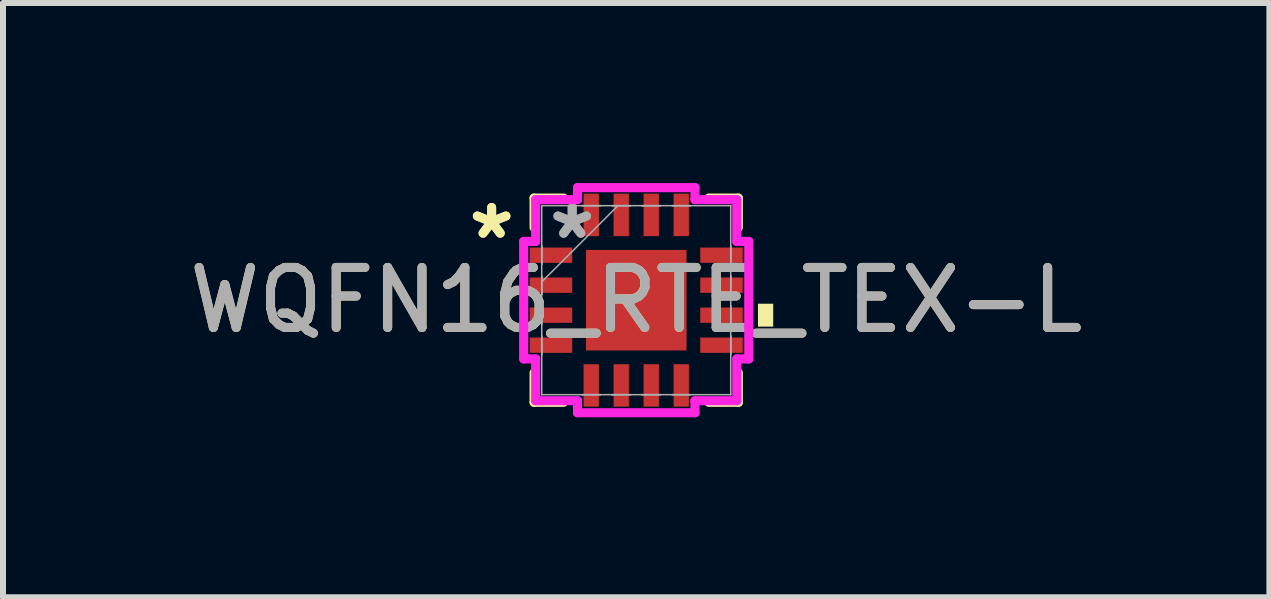
<source format=kicad_pcb>
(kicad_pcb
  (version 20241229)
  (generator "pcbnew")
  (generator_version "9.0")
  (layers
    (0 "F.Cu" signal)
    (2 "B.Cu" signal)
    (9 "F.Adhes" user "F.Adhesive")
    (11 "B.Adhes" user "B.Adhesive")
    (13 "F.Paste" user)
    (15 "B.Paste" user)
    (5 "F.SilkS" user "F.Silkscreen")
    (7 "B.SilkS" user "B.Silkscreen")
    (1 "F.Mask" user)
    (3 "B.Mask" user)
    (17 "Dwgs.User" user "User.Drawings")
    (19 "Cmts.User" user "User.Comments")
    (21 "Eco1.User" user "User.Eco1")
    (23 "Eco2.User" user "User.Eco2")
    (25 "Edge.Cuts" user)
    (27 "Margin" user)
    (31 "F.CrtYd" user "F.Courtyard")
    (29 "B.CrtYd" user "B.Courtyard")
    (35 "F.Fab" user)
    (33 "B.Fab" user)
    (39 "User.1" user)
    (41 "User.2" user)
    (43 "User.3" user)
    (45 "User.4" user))
  (footprint "WQFN16_RTE_TEX-L"
    (layer "F.Cu")
    (at 7.554 1.953)
    (property "Reference" "WQFN16_RTE_TEX-L" (at 0 0 0) (unlocked yes) (layer "F.SilkS") (effects (font (size 1 1) (thickness 0.15))))
    (attr smd)
    (fp_line (start -1.702 -1.702) (end -1.702 -1.21) (stroke (width 0.152) (type solid)) (layer "F.SilkS"))
    (fp_line (start -1.702 1.21) (end -1.702 1.702) (stroke (width 0.152) (type solid)) (layer "F.SilkS"))
    (fp_line (start -1.702 1.702) (end -1.21 1.702) (stroke (width 0.152) (type solid)) (layer "F.SilkS"))
    (fp_line (start -1.21 -1.702) (end -1.702 -1.702) (stroke (width 0.152) (type solid)) (layer "F.SilkS"))
    (fp_line (start 1.21 1.702) (end 1.702 1.702) (stroke (width 0.152) (type solid)) (layer "F.SilkS"))
    (fp_line (start 1.702 -1.702) (end 1.21 -1.702) (stroke (width 0.152) (type solid)) (layer "F.SilkS"))
    (fp_line (start 1.702 -1.21) (end 1.702 -1.702) (stroke (width 0.152) (type solid)) (layer "F.SilkS"))
    (fp_line (start 1.702 1.702) (end 1.702 1.21) (stroke (width 0.152) (type solid)) (layer "F.SilkS"))
    (fp_poly (pts (xy 2.283 0.059) (xy 2.283 0.441) (xy 2.029 0.441) (xy 2.029 0.059)) (stroke (width 0) (type solid)) (fill yes) (layer "F.SilkS"))
    (fp_line (start -1.876 -0.979) (end -1.676 -0.979) (stroke (width 0.152) (type solid)) (layer "F.CrtYd"))
    (fp_line (start -1.876 0.979) (end -1.876 -0.979) (stroke (width 0.152) (type solid)) (layer "F.CrtYd"))
    (fp_line (start -1.676 -1.676) (end -0.979 -1.676) (stroke (width 0.152) (type solid)) (layer "F.CrtYd"))
    (fp_line (start -1.676 -0.979) (end -1.676 -1.676) (stroke (width 0.152) (type solid)) (layer "F.CrtYd"))
    (fp_line (start -1.676 0.979) (end -1.876 0.979) (stroke (width 0.152) (type solid)) (layer "F.CrtYd"))
    (fp_line (start -1.676 1.676) (end -1.676 0.979) (stroke (width 0.152) (type solid)) (layer "F.CrtYd"))
    (fp_line (start -0.979 -1.876) (end 0.979 -1.876) (stroke (width 0.152) (type solid)) (layer "F.CrtYd"))
    (fp_line (start -0.979 -1.676) (end -0.979 -1.876) (stroke (width 0.152) (type solid)) (layer "F.CrtYd"))
    (fp_line (start -0.979 1.676) (end -1.676 1.676) (stroke (width 0.152) (type solid)) (layer "F.CrtYd"))
    (fp_line (start -0.979 1.876) (end -0.979 1.676) (stroke (width 0.152) (type solid)) (layer "F.CrtYd"))
    (fp_line (start 0.979 -1.876) (end 0.979 -1.676) (stroke (width 0.152) (type solid)) (layer "F.CrtYd"))
    (fp_line (start 0.979 -1.676) (end 1.676 -1.676) (stroke (width 0.152) (type solid)) (layer "F.CrtYd"))
    (fp_line (start 0.979 1.676) (end 0.979 1.876) (stroke (width 0.152) (type solid)) (layer "F.CrtYd"))
    (fp_line (start 0.979 1.876) (end -0.979 1.876) (stroke (width 0.152) (type solid)) (layer "F.CrtYd"))
    (fp_line (start 1.676 -1.676) (end 1.676 -0.979) (stroke (width 0.152) (type solid)) (layer "F.CrtYd"))
    (fp_line (start 1.676 -0.979) (end 1.876 -0.979) (stroke (width 0.152) (type solid)) (layer "F.CrtYd"))
    (fp_line (start 1.676 0.979) (end 1.676 1.676) (stroke (width 0.152) (type solid)) (layer "F.CrtYd"))
    (fp_line (start 1.676 1.676) (end 0.979 1.676) (stroke (width 0.152) (type solid)) (layer "F.CrtYd"))
    (fp_line (start 1.876 -0.979) (end 1.876 0.979) (stroke (width 0.152) (type solid)) (layer "F.CrtYd"))
    (fp_line (start 1.876 0.979) (end 1.676 0.979) (stroke (width 0.152) (type solid)) (layer "F.CrtYd"))
    (fp_line (start -1.575 -1.575) (end -1.575 -1.575) (stroke (width 0.025) (type solid)) (layer "F.Fab"))
    (fp_line (start -1.575 -1.575) (end -1.575 1.575) (stroke (width 0.025) (type solid)) (layer "F.Fab"))
    (fp_line (start -1.575 -0.902) (end -1.575 -0.902) (stroke (width 0.025) (type solid)) (layer "F.Fab"))
    (fp_line (start -1.575 -0.902) (end -1.575 -0.598) (stroke (width 0.025) (type solid)) (layer "F.Fab"))
    (fp_line (start -1.575 -0.598) (end -1.575 -0.902) (stroke (width 0.025) (type solid)) (layer "F.Fab"))
    (fp_line (start -1.575 -0.598) (end -1.575 -0.598) (stroke (width 0.025) (type solid)) (layer "F.Fab"))
    (fp_line (start -1.575 -0.402) (end -1.575 -0.402) (stroke (width 0.025) (type solid)) (layer "F.Fab"))
    (fp_line (start -1.575 -0.402) (end -1.575 -0.098) (stroke (width 0.025) (type solid)) (layer "F.Fab"))
    (fp_line (start -1.575 -0.305) (end -0.305 -1.575) (stroke (width 0.025) (type solid)) (layer "F.Fab"))
    (fp_line (start -1.575 -0.098) (end -1.575 -0.402) (stroke (width 0.025) (type solid)) (layer "F.Fab"))
    (fp_line (start -1.575 -0.098) (end -1.575 -0.098) (stroke (width 0.025) (type solid)) (layer "F.Fab"))
    (fp_line (start -1.575 0.098) (end -1.575 0.098) (stroke (width 0.025) (type solid)) (layer "F.Fab"))
    (fp_line (start -1.575 0.098) (end -1.575 0.402) (stroke (width 0.025) (type solid)) (layer "F.Fab"))
    (fp_line (start -1.575 0.402) (end -1.575 0.098) (stroke (width 0.025) (type solid)) (layer "F.Fab"))
    (fp_line (start -1.575 0.402) (end -1.575 0.402) (stroke (width 0.025) (type solid)) (layer "F.Fab"))
    (fp_line (start -1.575 0.598) (end -1.575 0.598) (stroke (width 0.025) (type solid)) (layer "F.Fab"))
    (fp_line (start -1.575 0.598) (end -1.575 0.902) (stroke (width 0.025) (type solid)) (layer "F.Fab"))
    (fp_line (start -1.575 0.902) (end -1.575 0.598) (stroke (width 0.025) (type solid)) (layer "F.Fab"))
    (fp_line (start -1.575 0.902) (end -1.575 0.902) (stroke (width 0.025) (type solid)) (layer "F.Fab"))
    (fp_line (start -1.575 1.575) (end -1.575 1.575) (stroke (width 0.025) (type solid)) (layer "F.Fab"))
    (fp_line (start -1.575 1.575) (end 1.575 1.575) (stroke (width 0.025) (type solid)) (layer "F.Fab"))
    (fp_line (start -0.902 -1.575) (end -0.902 -1.575) (stroke (width 0.025) (type solid)) (layer "F.Fab"))
    (fp_line (start -0.902 -1.575) (end -0.598 -1.575) (stroke (width 0.025) (type solid)) (layer "F.Fab"))
    (fp_line (start -0.902 1.575) (end -0.902 1.575) (stroke (width 0.025) (type solid)) (layer "F.Fab"))
    (fp_line (start -0.902 1.575) (end -0.598 1.575) (stroke (width 0.025) (type solid)) (layer "F.Fab"))
    (fp_line (start -0.598 -1.575) (end -0.902 -1.575) (stroke (width 0.025) (type solid)) (layer "F.Fab"))
    (fp_line (start -0.598 -1.575) (end -0.598 -1.575) (stroke (width 0.025) (type solid)) (layer "F.Fab"))
    (fp_line (start -0.598 1.575) (end -0.902 1.575) (stroke (width 0.025) (type solid)) (layer "F.Fab"))
    (fp_line (start -0.598 1.575) (end -0.598 1.575) (stroke (width 0.025) (type solid)) (layer "F.Fab"))
    (fp_line (start -0.402 -1.575) (end -0.402 -1.575) (stroke (width 0.025) (type solid)) (layer "F.Fab"))
    (fp_line (start -0.402 -1.575) (end -0.098 -1.575) (stroke (width 0.025) (type solid)) (layer "F.Fab"))
    (fp_line (start -0.402 1.575) (end -0.402 1.575) (stroke (width 0.025) (type solid)) (layer "F.Fab"))
    (fp_line (start -0.402 1.575) (end -0.098 1.575) (stroke (width 0.025) (type solid)) (layer "F.Fab"))
    (fp_line (start -0.098 -1.575) (end -0.402 -1.575) (stroke (width 0.025) (type solid)) (layer "F.Fab"))
    (fp_line (start -0.098 -1.575) (end -0.098 -1.575) (stroke (width 0.025) (type solid)) (layer "F.Fab"))
    (fp_line (start -0.098 1.575) (end -0.402 1.575) (stroke (width 0.025) (type solid)) (layer "F.Fab"))
    (fp_line (start -0.098 1.575) (end -0.098 1.575) (stroke (width 0.025) (type solid)) (layer "F.Fab"))
    (fp_line (start 0.098 -1.575) (end 0.098 -1.575) (stroke (width 0.025) (type solid)) (layer "F.Fab"))
    (fp_line (start 0.098 -1.575) (end 0.402 -1.575) (stroke (width 0.025) (type solid)) (layer "F.Fab"))
    (fp_line (start 0.098 1.575) (end 0.098 1.575) (stroke (width 0.025) (type solid)) (layer "F.Fab"))
    (fp_line (start 0.098 1.575) (end 0.402 1.575) (stroke (width 0.025) (type solid)) (layer "F.Fab"))
    (fp_line (start 0.402 -1.575) (end 0.098 -1.575) (stroke (width 0.025) (type solid)) (layer "F.Fab"))
    (fp_line (start 0.402 -1.575) (end 0.402 -1.575) (stroke (width 0.025) (type solid)) (layer "F.Fab"))
    (fp_line (start 0.402 1.575) (end 0.098 1.575) (stroke (width 0.025) (type solid)) (layer "F.Fab"))
    (fp_line (start 0.402 1.575) (end 0.402 1.575) (stroke (width 0.025) (type solid)) (layer "F.Fab"))
    (fp_line (start 0.598 -1.575) (end 0.598 -1.575) (stroke (width 0.025) (type solid)) (layer "F.Fab"))
    (fp_line (start 0.598 -1.575) (end 0.902 -1.575) (stroke (width 0.025) (type solid)) (layer "F.Fab"))
    (fp_line (start 0.598 1.575) (end 0.598 1.575) (stroke (width 0.025) (type solid)) (layer "F.Fab"))
    (fp_line (start 0.598 1.575) (end 0.902 1.575) (stroke (width 0.025) (type solid)) (layer "F.Fab"))
    (fp_line (start 0.902 -1.575) (end 0.598 -1.575) (stroke (width 0.025) (type solid)) (layer "F.Fab"))
    (fp_line (start 0.902 -1.575) (end 0.902 -1.575) (stroke (width 0.025) (type solid)) (layer "F.Fab"))
    (fp_line (start 0.902 1.575) (end 0.598 1.575) (stroke (width 0.025) (type solid)) (layer "F.Fab"))
    (fp_line (start 0.902 1.575) (end 0.902 1.575) (stroke (width 0.025) (type solid)) (layer "F.Fab"))
    (fp_line (start 1.575 -1.575) (end -1.575 -1.575) (stroke (width 0.025) (type solid)) (layer "F.Fab"))
    (fp_line (start 1.575 -1.575) (end 1.575 -1.575) (stroke (width 0.025) (type solid)) (layer "F.Fab"))
    (fp_line (start 1.575 -0.902) (end 1.575 -0.902) (stroke (width 0.025) (type solid)) (layer "F.Fab"))
    (fp_line (start 1.575 -0.902) (end 1.575 -0.598) (stroke (width 0.025) (type solid)) (layer "F.Fab"))
    (fp_line (start 1.575 -0.598) (end 1.575 -0.902) (stroke (width 0.025) (type solid)) (layer "F.Fab"))
    (fp_line (start 1.575 -0.598) (end 1.575 -0.598) (stroke (width 0.025) (type solid)) (layer "F.Fab"))
    (fp_line (start 1.575 -0.402) (end 1.575 -0.402) (stroke (width 0.025) (type solid)) (layer "F.Fab"))
    (fp_line (start 1.575 -0.402) (end 1.575 -0.098) (stroke (width 0.025) (type solid)) (layer "F.Fab"))
    (fp_line (start 1.575 -0.098) (end 1.575 -0.402) (stroke (width 0.025) (type solid)) (layer "F.Fab"))
    (fp_line (start 1.575 -0.098) (end 1.575 -0.098) (stroke (width 0.025) (type solid)) (layer "F.Fab"))
    (fp_line (start 1.575 0.098) (end 1.575 0.098) (stroke (width 0.025) (type solid)) (layer "F.Fab"))
    (fp_line (start 1.575 0.098) (end 1.575 0.402) (stroke (width 0.025) (type solid)) (layer "F.Fab"))
    (fp_line (start 1.575 0.402) (end 1.575 0.098) (stroke (width 0.025) (type solid)) (layer "F.Fab"))
    (fp_line (start 1.575 0.402) (end 1.575 0.402) (stroke (width 0.025) (type solid)) (layer "F.Fab"))
    (fp_line (start 1.575 0.598) (end 1.575 0.598) (stroke (width 0.025) (type solid)) (layer "F.Fab"))
    (fp_line (start 1.575 0.598) (end 1.575 0.902) (stroke (width 0.025) (type solid)) (layer "F.Fab"))
    (fp_line (start 1.575 0.902) (end 1.575 0.598) (stroke (width 0.025) (type solid)) (layer "F.Fab"))
    (fp_line (start 1.575 0.902) (end 1.575 0.902) (stroke (width 0.025) (type solid)) (layer "F.Fab"))
    (fp_line (start 1.575 1.575) (end 1.575 -1.575) (stroke (width 0.025) (type solid)) (layer "F.Fab"))
    (fp_line (start 1.575 1.575) (end 1.575 1.575) (stroke (width 0.025) (type solid)) (layer "F.Fab"))
    (fp_text user "*" (at -2.41 -1 0) (unlocked yes) (layer "F.SilkS") (effects (font (size 1 1) (thickness 0.15))))
    (fp_text user "*" (at -2.41 -1 0) (layer "F.SilkS") (effects (font (size 1 1) (thickness 0.15))))
    (fp_text user "*" (at -1.067 -1 0) (unlocked yes) (layer "F.Fab") (effects (font (size 1 1) (thickness 0.15))))
    (fp_text user "${REFERENCE}" (at 0 0 0) (unlocked yes) (layer "F.Fab") (effects (font (size 1 1) (thickness 0.15))))
    (fp_text user "*" (at -1.067 -1 0) (layer "F.Fab") (effects (font (size 1 1) (thickness 0.15))))
    (pad "1" smd rect (at -1.421 -0.75 90) (size 0.255 0.708) (layers "F.Cu" "F.Mask" "F.Paste"))
    (pad "2" smd rect (at -1.421 -0.25 90) (size 0.255 0.708) (layers "F.Cu" "F.Mask" "F.Paste"))
    (pad "3" smd rect (at -1.421 0.25 90) (size 0.255 0.708) (layers "F.Cu" "F.Mask" "F.Paste"))
    (pad "4" smd rect (at -1.421 0.75 90) (size 0.255 0.708) (layers "F.Cu" "F.Mask" "F.Paste"))
    (pad "5" smd rect (at -0.75 1.421) (size 0.255 0.708) (layers "F.Cu" "F.Mask" "F.Paste"))
    (pad "6" smd rect (at -0.25 1.421) (size 0.255 0.708) (layers "F.Cu" "F.Mask" "F.Paste"))
    (pad "7" smd rect (at 0.25 1.421) (size 0.255 0.708) (layers "F.Cu" "F.Mask" "F.Paste"))
    (pad "8" smd rect (at 0.75 1.421) (size 0.255 0.708) (layers "F.Cu" "F.Mask" "F.Paste"))
    (pad "9" smd rect (at 1.421 0.75 90) (size 0.255 0.708) (layers "F.Cu" "F.Mask" "F.Paste"))
    (pad "10" smd rect (at 1.421 0.25 90) (size 0.255 0.708) (layers "F.Cu" "F.Mask" "F.Paste"))
    (pad "11" smd rect (at 1.421 -0.25 90) (size 0.255 0.708) (layers "F.Cu" "F.Mask" "F.Paste"))
    (pad "12" smd rect (at 1.421 -0.75 90) (size 0.255 0.708) (layers "F.Cu" "F.Mask" "F.Paste"))
    (pad "13" smd rect (at 0.75 -1.421) (size 0.255 0.708) (layers "F.Cu" "F.Mask" "F.Paste"))
    (pad "14" smd rect (at 0.25 -1.421) (size 0.255 0.708) (layers "F.Cu" "F.Mask" "F.Paste"))
    (pad "15" smd rect (at -0.25 -1.421) (size 0.255 0.708) (layers "F.Cu" "F.Mask" "F.Paste"))
    (pad "16" smd rect (at -0.75 -1.421) (size 0.255 0.708) (layers "F.Cu" "F.Mask" "F.Paste"))
    (pad "17" smd rect (at 0 0) (size 1.676 1.676) (layers "F.Cu" "F.Mask" "F.Paste")))
  (gr_rect
    (start -3 -3)
    (end 18.107 6.905)
    (stroke (width 0.1) (type default))
    (fill no)
    (layer "Edge.Cuts")))
</source>
